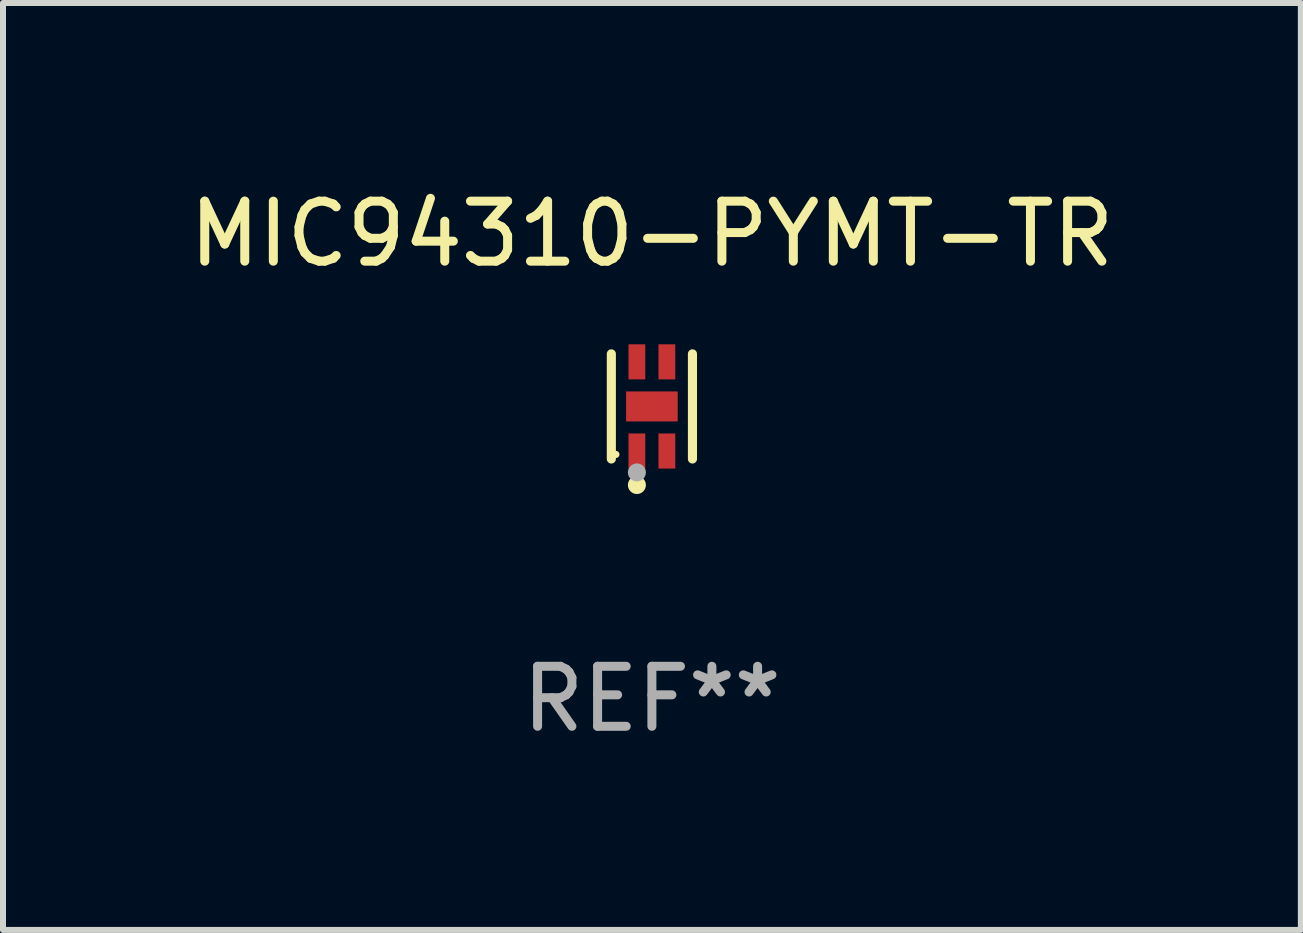
<source format=kicad_pcb>
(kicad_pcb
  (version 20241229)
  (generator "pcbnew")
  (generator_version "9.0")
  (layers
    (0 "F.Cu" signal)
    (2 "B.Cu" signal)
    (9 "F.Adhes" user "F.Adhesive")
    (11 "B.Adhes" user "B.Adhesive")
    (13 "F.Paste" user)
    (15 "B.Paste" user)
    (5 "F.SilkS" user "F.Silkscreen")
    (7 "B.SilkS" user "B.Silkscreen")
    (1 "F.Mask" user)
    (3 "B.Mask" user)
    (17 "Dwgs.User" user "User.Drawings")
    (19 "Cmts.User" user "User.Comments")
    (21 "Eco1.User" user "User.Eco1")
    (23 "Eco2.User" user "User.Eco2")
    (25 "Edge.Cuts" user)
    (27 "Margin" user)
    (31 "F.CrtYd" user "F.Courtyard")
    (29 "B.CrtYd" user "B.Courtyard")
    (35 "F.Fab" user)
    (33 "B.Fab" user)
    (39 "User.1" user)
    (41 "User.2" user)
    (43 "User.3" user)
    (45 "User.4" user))
  (footprint "MIC94310-PYMT-TR"
    (layer "F.Cu")
    (at 7.815 3.724)
    (property "Reference" "MIC94310-PYMT-TR" (at 0 -2.876 0) (layer "F.SilkS") (effects (font (size 1 1) (thickness 0.15))))
    (attr through_hole)
    (fp_line (start -0.676 0.876) (end -0.676 -0.876) (stroke (width 0.152) (type solid)) (layer "F.SilkS"))
    (fp_line (start 0.676 0.876) (end 0.676 -0.876) (stroke (width 0.152) (type solid)) (layer "F.SilkS"))
    (fp_circle (center -0.6 0.8) (end -0.57 0.8) (stroke (width 0.06) (type solid)) (fill no) (layer "F.SilkS"))
    (fp_circle (center -0.25 1.31) (end -0.175 1.31) (stroke (width 0.15) (type solid)) (fill no) (layer "F.SilkS"))
    (fp_circle (center -0.25 1.1) (end -0.175 1.1) (stroke (width 0.15) (type solid)) (fill no) (layer "F.Fab"))
    (fp_text user "REF**" (at 0 4.876 0) (layer "F.Fab") (effects (font (size 1 1) (thickness 0.15))))
    (pad "1" smd rect (at -0.25 0.743) (size 0.28 0.585) (layers "F.Cu" "F.Mask" "F.Paste"))
    (pad "2" smd rect (at 0.25 0.743) (size 0.28 0.585) (layers "F.Cu" "F.Mask" "F.Paste"))
    (pad "3" smd rect (at 0.25 -0.743) (size 0.28 0.585) (layers "F.Cu" "F.Mask" "F.Paste"))
    (pad "4" smd rect (at -0.25 -0.743) (size 0.28 0.585) (layers "F.Cu" "F.Mask" "F.Paste"))
    (pad "5" smd rect (at 0 0) (size 0.86 0.5) (layers "F.Cu" "F.Mask" "F.Paste")))
  (gr_rect
    (start -3 -3)
    (end 18.631 12.449)
    (stroke (width 0.1) (type default))
    (fill no)
    (layer "Edge.Cuts")))
</source>
